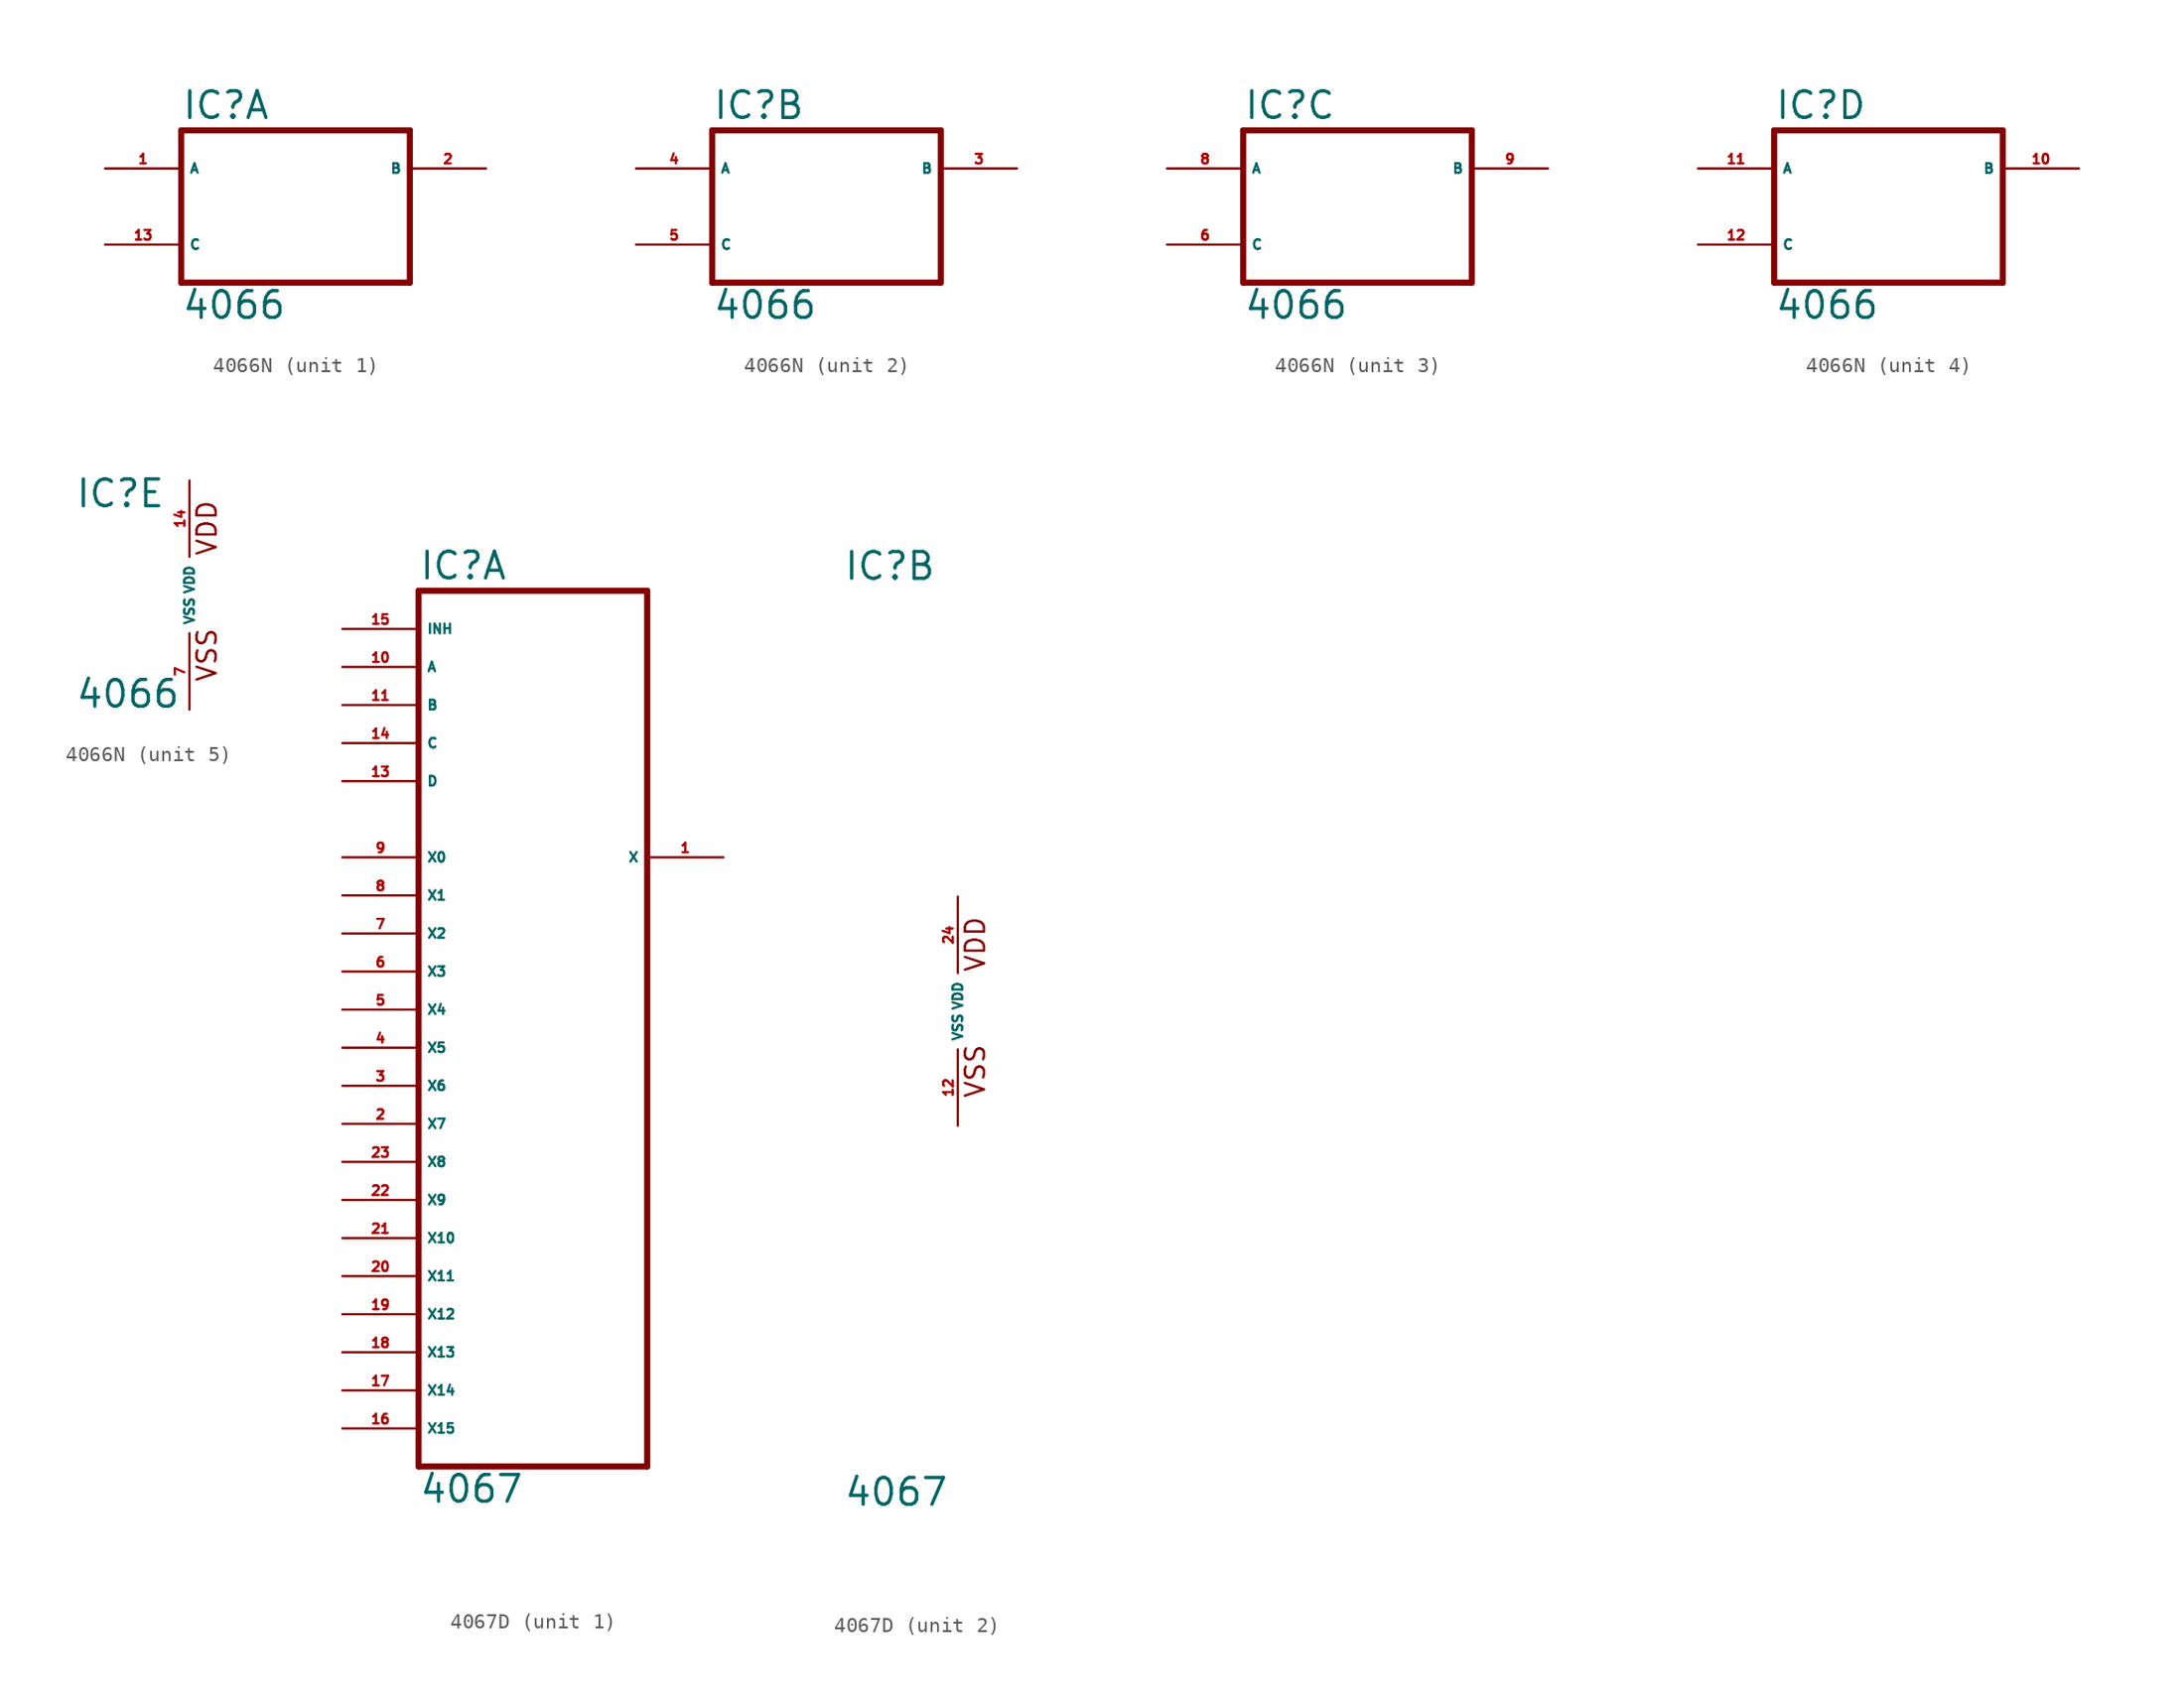
<source format=kicad_sym>
(kicad_symbol_lib
  (version 20220914)
  (generator Eagle2Kicad)
  (symbol "4066N"
    (property "Reference" "IC"
      (at -7.62 5.715 0)
      (effects (font (size 1.778 1.778) (thickness 0.22)) (justify left bottom)))
    (property "Value" "4066"
      (at -7.62 -7.62 0)
      (effects (font (size 1.778 1.778) (thickness 0.22)) (justify left bottom)))
    (symbol "4066N_1_0"
      (polyline (pts (xy -7.62 -5.08) (xy 7.62 -5.08)) (stroke (width 0.406) (type default)) (fill (type none)))
      (polyline (pts (xy 7.62 -5.08) (xy 7.62 5.08)) (stroke (width 0.406) (type default)) (fill (type none)))
      (polyline (pts (xy 7.62 5.08) (xy -7.62 5.08)) (stroke (width 0.406) (type default)) (fill (type none)))
      (polyline (pts (xy -7.62 5.08) (xy -7.62 -5.08)) (stroke (width 0.406) (type default)) (fill (type none)))
      (pin tri_state line (at -12.7 2.54 0) (length 5.08) (name "A" (effects (font (size 0.635 0.635) (thickness 0.08)) (justify left bottom))) (number "1" (effects (font (size 0.635 0.635) (thickness 0.08)) (justify left bottom))))
      (pin tri_state line (at 12.7 2.54 180) (length 5.08) (name "B" (effects (font (size 0.635 0.635) (thickness 0.08)) (justify left bottom))) (number "2" (effects (font (size 0.635 0.635) (thickness 0.08)) (justify left bottom))))
      (pin input line (at -12.7 -2.54 0) (length 5.08) (name "C" (effects (font (size 0.635 0.635) (thickness 0.08)) (justify left bottom))) (number "13" (effects (font (size 0.635 0.635) (thickness 0.08)) (justify left bottom)))))
    (symbol "4066N_2_0"
      (polyline (pts (xy -7.62 -5.08) (xy 7.62 -5.08)) (stroke (width 0.406) (type default)) (fill (type none)))
      (polyline (pts (xy 7.62 -5.08) (xy 7.62 5.08)) (stroke (width 0.406) (type default)) (fill (type none)))
      (polyline (pts (xy 7.62 5.08) (xy -7.62 5.08)) (stroke (width 0.406) (type default)) (fill (type none)))
      (polyline (pts (xy -7.62 5.08) (xy -7.62 -5.08)) (stroke (width 0.406) (type default)) (fill (type none)))
      (pin tri_state line (at -12.7 2.54 0) (length 5.08) (name "A" (effects (font (size 0.635 0.635) (thickness 0.08)) (justify left bottom))) (number "4" (effects (font (size 0.635 0.635) (thickness 0.08)) (justify left bottom))))
      (pin tri_state line (at 12.7 2.54 180) (length 5.08) (name "B" (effects (font (size 0.635 0.635) (thickness 0.08)) (justify left bottom))) (number "3" (effects (font (size 0.635 0.635) (thickness 0.08)) (justify left bottom))))
      (pin input line (at -12.7 -2.54 0) (length 5.08) (name "C" (effects (font (size 0.635 0.635) (thickness 0.08)) (justify left bottom))) (number "5" (effects (font (size 0.635 0.635) (thickness 0.08)) (justify left bottom)))))
    (symbol "4066N_3_0"
      (polyline (pts (xy -7.62 -5.08) (xy 7.62 -5.08)) (stroke (width 0.406) (type default)) (fill (type none)))
      (polyline (pts (xy 7.62 -5.08) (xy 7.62 5.08)) (stroke (width 0.406) (type default)) (fill (type none)))
      (polyline (pts (xy 7.62 5.08) (xy -7.62 5.08)) (stroke (width 0.406) (type default)) (fill (type none)))
      (polyline (pts (xy -7.62 5.08) (xy -7.62 -5.08)) (stroke (width 0.406) (type default)) (fill (type none)))
      (pin tri_state line (at -12.7 2.54 0) (length 5.08) (name "A" (effects (font (size 0.635 0.635) (thickness 0.08)) (justify left bottom))) (number "8" (effects (font (size 0.635 0.635) (thickness 0.08)) (justify left bottom))))
      (pin tri_state line (at 12.7 2.54 180) (length 5.08) (name "B" (effects (font (size 0.635 0.635) (thickness 0.08)) (justify left bottom))) (number "9" (effects (font (size 0.635 0.635) (thickness 0.08)) (justify left bottom))))
      (pin input line (at -12.7 -2.54 0) (length 5.08) (name "C" (effects (font (size 0.635 0.635) (thickness 0.08)) (justify left bottom))) (number "6" (effects (font (size 0.635 0.635) (thickness 0.08)) (justify left bottom)))))
    (symbol "4066N_4_0"
      (polyline (pts (xy -7.62 -5.08) (xy 7.62 -5.08)) (stroke (width 0.406) (type default)) (fill (type none)))
      (polyline (pts (xy 7.62 -5.08) (xy 7.62 5.08)) (stroke (width 0.406) (type default)) (fill (type none)))
      (polyline (pts (xy 7.62 5.08) (xy -7.62 5.08)) (stroke (width 0.406) (type default)) (fill (type none)))
      (polyline (pts (xy -7.62 5.08) (xy -7.62 -5.08)) (stroke (width 0.406) (type default)) (fill (type none)))
      (pin tri_state line (at -12.7 2.54 0) (length 5.08) (name "A" (effects (font (size 0.635 0.635) (thickness 0.08)) (justify left bottom))) (number "11" (effects (font (size 0.635 0.635) (thickness 0.08)) (justify left bottom))))
      (pin tri_state line (at 12.7 2.54 180) (length 5.08) (name "B" (effects (font (size 0.635 0.635) (thickness 0.08)) (justify left bottom))) (number "10" (effects (font (size 0.635 0.635) (thickness 0.08)) (justify left bottom))))
      (pin input line (at -12.7 -2.54 0) (length 5.08) (name "C" (effects (font (size 0.635 0.635) (thickness 0.08)) (justify left bottom))) (number "12" (effects (font (size 0.635 0.635) (thickness 0.08)) (justify left bottom)))))
    (symbol "4066N_5_0"
      (text "VDD" (at 1.905 2.54 900) (effects (font (size 1.27 1.27) (thickness 0.16)) (justify left bottom)))
      (text "VSS" (at 1.905 -5.842 900) (effects (font (size 1.27 1.27) (thickness 0.16)) (justify left bottom)))
      (pin unspecified line (at 0 -7.62 90) (length 5.08) (name "VSS" (effects (font (size 0.635 0.635) (thickness 0.08)) (justify left bottom))) (number "7" (effects (font (size 0.635 0.635) (thickness 0.08)) (justify left bottom))))
      (pin unspecified line (at 0 7.62 270) (length 5.08) (name "VDD" (effects (font (size 0.635 0.635) (thickness 0.08)) (justify left bottom))) (number "14" (effects (font (size 0.635 0.635) (thickness 0.08)) (justify left bottom))))))
  (symbol "4067D"
    (property "Reference" "IC"
      (at -7.62 28.575 0)
      (effects (font (size 1.778 1.778) (thickness 0.22)) (justify left bottom)))
    (property "Value" "4067"
      (at -7.62 -33.02 0)
      (effects (font (size 1.778 1.778) (thickness 0.22)) (justify left bottom)))
    (symbol "4067D_1_0"
      (polyline (pts (xy -7.62 27.94) (xy -7.62 -30.48)) (stroke (width 0.406) (type default)) (fill (type none)))
      (polyline (pts (xy -7.62 -30.48) (xy 7.62 -30.48)) (stroke (width 0.406) (type default)) (fill (type none)))
      (polyline (pts (xy 7.62 -30.48) (xy 7.62 27.94)) (stroke (width 0.406) (type default)) (fill (type none)))
      (polyline (pts (xy 7.62 27.94) (xy -7.62 27.94)) (stroke (width 0.406) (type default)) (fill (type none)))
      (pin input line (at -12.7 22.86 0) (length 5.08) (name "A" (effects (font (size 0.635 0.635) (thickness 0.08)) (justify left bottom))) (number "10" (effects (font (size 0.635 0.635) (thickness 0.08)) (justify left bottom))))
      (pin input line (at -12.7 20.32 0) (length 5.08) (name "B" (effects (font (size 0.635 0.635) (thickness 0.08)) (justify left bottom))) (number "11" (effects (font (size 0.635 0.635) (thickness 0.08)) (justify left bottom))))
      (pin input line (at -12.7 17.78 0) (length 5.08) (name "C" (effects (font (size 0.635 0.635) (thickness 0.08)) (justify left bottom))) (number "14" (effects (font (size 0.635 0.635) (thickness 0.08)) (justify left bottom))))
      (pin input line (at -12.7 15.24 0) (length 5.08) (name "D" (effects (font (size 0.635 0.635) (thickness 0.08)) (justify left bottom))) (number "13" (effects (font (size 0.635 0.635) (thickness 0.08)) (justify left bottom))))
      (pin input line (at -12.7 10.16 0) (length 5.08) (name "X0" (effects (font (size 0.635 0.635) (thickness 0.08)) (justify left bottom))) (number "9" (effects (font (size 0.635 0.635) (thickness 0.08)) (justify left bottom))))
      (pin input line (at -12.7 7.62 0) (length 5.08) (name "X1" (effects (font (size 0.635 0.635) (thickness 0.08)) (justify left bottom))) (number "8" (effects (font (size 0.635 0.635) (thickness 0.08)) (justify left bottom))))
      (pin input line (at -12.7 5.08 0) (length 5.08) (name "X2" (effects (font (size 0.635 0.635) (thickness 0.08)) (justify left bottom))) (number "7" (effects (font (size 0.635 0.635) (thickness 0.08)) (justify left bottom))))
      (pin input line (at -12.7 2.54 0) (length 5.08) (name "X3" (effects (font (size 0.635 0.635) (thickness 0.08)) (justify left bottom))) (number "6" (effects (font (size 0.635 0.635) (thickness 0.08)) (justify left bottom))))
      (pin input line (at -12.7 0 0) (length 5.08) (name "X4" (effects (font (size 0.635 0.635) (thickness 0.08)) (justify left bottom))) (number "5" (effects (font (size 0.635 0.635) (thickness 0.08)) (justify left bottom))))
      (pin input line (at -12.7 -2.54 0) (length 5.08) (name "X5" (effects (font (size 0.635 0.635) (thickness 0.08)) (justify left bottom))) (number "4" (effects (font (size 0.635 0.635) (thickness 0.08)) (justify left bottom))))
      (pin input line (at -12.7 -5.08 0) (length 5.08) (name "X6" (effects (font (size 0.635 0.635) (thickness 0.08)) (justify left bottom))) (number "3" (effects (font (size 0.635 0.635) (thickness 0.08)) (justify left bottom))))
      (pin input line (at -12.7 -7.62 0) (length 5.08) (name "X7" (effects (font (size 0.635 0.635) (thickness 0.08)) (justify left bottom))) (number "2" (effects (font (size 0.635 0.635) (thickness 0.08)) (justify left bottom))))
      (pin input line (at -12.7 -10.16 0) (length 5.08) (name "X8" (effects (font (size 0.635 0.635) (thickness 0.08)) (justify left bottom))) (number "23" (effects (font (size 0.635 0.635) (thickness 0.08)) (justify left bottom))))
      (pin input line (at -12.7 -12.7 0) (length 5.08) (name "X9" (effects (font (size 0.635 0.635) (thickness 0.08)) (justify left bottom))) (number "22" (effects (font (size 0.635 0.635) (thickness 0.08)) (justify left bottom))))
      (pin input line (at -12.7 -15.24 0) (length 5.08) (name "X10" (effects (font (size 0.635 0.635) (thickness 0.08)) (justify left bottom))) (number "21" (effects (font (size 0.635 0.635) (thickness 0.08)) (justify left bottom))))
      (pin input line (at -12.7 -17.78 0) (length 5.08) (name "X11" (effects (font (size 0.635 0.635) (thickness 0.08)) (justify left bottom))) (number "20" (effects (font (size 0.635 0.635) (thickness 0.08)) (justify left bottom))))
      (pin input line (at -12.7 -20.32 0) (length 5.08) (name "X12" (effects (font (size 0.635 0.635) (thickness 0.08)) (justify left bottom))) (number "19" (effects (font (size 0.635 0.635) (thickness 0.08)) (justify left bottom))))
      (pin input line (at -12.7 -22.86 0) (length 5.08) (name "X13" (effects (font (size 0.635 0.635) (thickness 0.08)) (justify left bottom))) (number "18" (effects (font (size 0.635 0.635) (thickness 0.08)) (justify left bottom))))
      (pin input line (at -12.7 -25.4 0) (length 5.08) (name "X14" (effects (font (size 0.635 0.635) (thickness 0.08)) (justify left bottom))) (number "17" (effects (font (size 0.635 0.635) (thickness 0.08)) (justify left bottom))))
      (pin input line (at -12.7 -27.94 0) (length 5.08) (name "X15" (effects (font (size 0.635 0.635) (thickness 0.08)) (justify left bottom))) (number "16" (effects (font (size 0.635 0.635) (thickness 0.08)) (justify left bottom))))
      (pin output line (at 12.7 10.16 180) (length 5.08) (name "X" (effects (font (size 0.635 0.635) (thickness 0.08)) (justify left bottom))) (number "1" (effects (font (size 0.635 0.635) (thickness 0.08)) (justify left bottom))))
      (pin input line (at -12.7 25.4 0) (length 5.08) (name "INH" (effects (font (size 0.635 0.635) (thickness 0.08)) (justify left bottom))) (number "15" (effects (font (size 0.635 0.635) (thickness 0.08)) (justify left bottom)))))
    (symbol "4067D_2_0"
      (text "VDD" (at 1.905 2.54 900) (effects (font (size 1.27 1.27) (thickness 0.16)) (justify left bottom)))
      (text "VSS" (at 1.905 -5.842 900) (effects (font (size 1.27 1.27) (thickness 0.16)) (justify left bottom)))
      (pin unspecified line (at 0 -7.62 90) (length 5.08) (name "VSS" (effects (font (size 0.635 0.635) (thickness 0.08)) (justify left bottom))) (number "12" (effects (font (size 0.635 0.635) (thickness 0.08)) (justify left bottom))))
      (pin unspecified line (at 0 7.62 270) (length 5.08) (name "VDD" (effects (font (size 0.635 0.635) (thickness 0.08)) (justify left bottom))) (number "24" (effects (font (size 0.635 0.635) (thickness 0.08)) (justify left bottom)))))))
</source>
